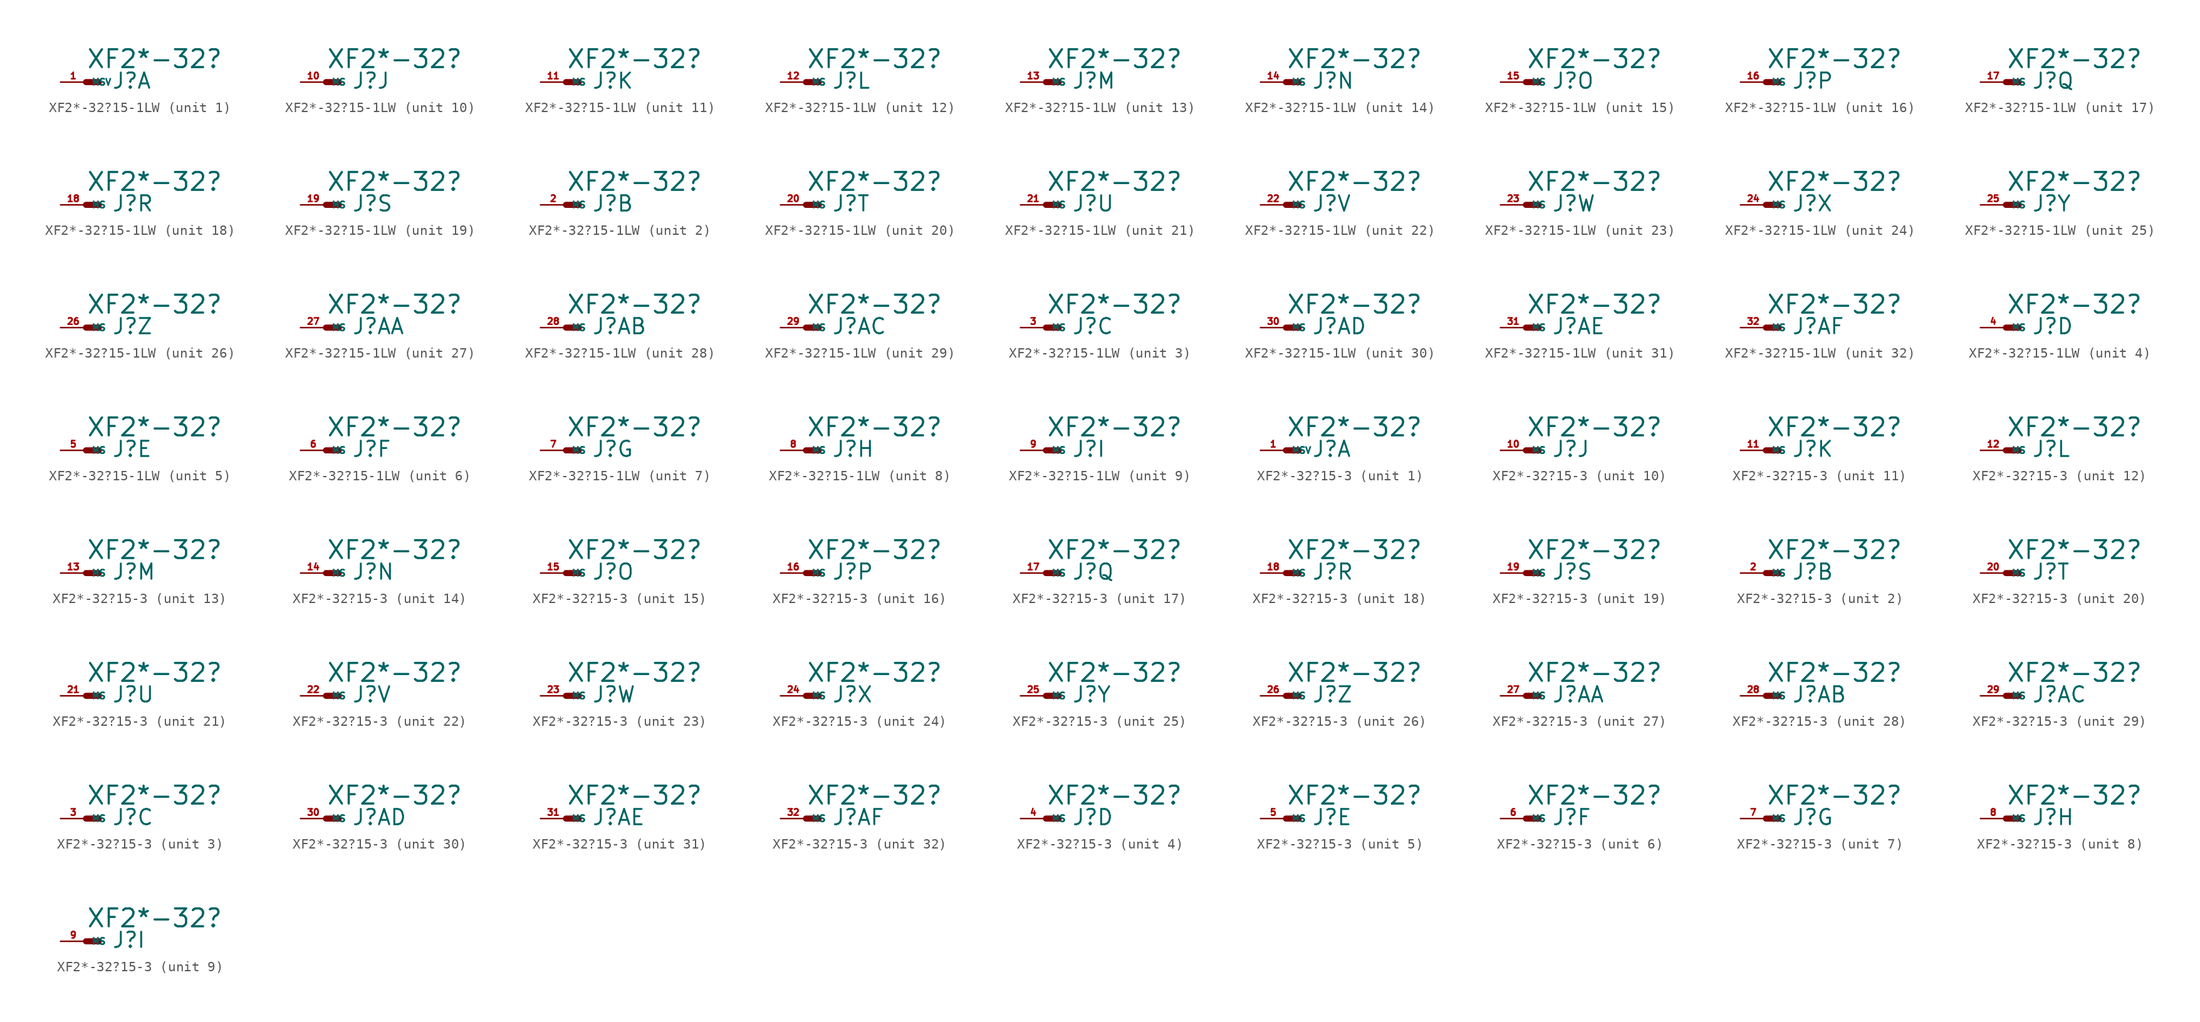
<source format=kicad_sym>
(kicad_symbol_lib
  (version 20220914)
  (generator Eagle2Kicad)
  (symbol "XF2*-32?15-1LW"
    (property "Reference" "J"
      (at 2.54 -0.762 0)
      (effects (font (size 1.524 1.524) (thickness 0.19)) (justify left bottom)))
    (property "Value" "XF2*-32?"
      (at 0 1.27 0)
      (effects (font (size 1.778 1.778) (thickness 0.22)) (justify left bottom)))
    (symbol "XF2*-32?15-1LW_1_0"
      (polyline (pts (xy 0 0) (xy 1.27 0)) (stroke (width 0.61) (type default)) (fill (type none)))
      (pin passive line (at -2.54 0 0) (length 2.54) (name "MSV" (effects (font (size 0.635 0.635) (thickness 0.08)) (justify left bottom))) (number "1" (effects (font (size 0.635 0.635) (thickness 0.08)) (justify left bottom)))))
    (symbol "XF2*-32?15-1LW_2_0"
      (polyline (pts (xy 0 0) (xy 1.27 0)) (stroke (width 0.61) (type default)) (fill (type none)))
      (pin passive line (at -2.54 0 0) (length 2.54) (name "MS" (effects (font (size 0.635 0.635) (thickness 0.08)) (justify left bottom))) (number "2" (effects (font (size 0.635 0.635) (thickness 0.08)) (justify left bottom)))))
    (symbol "XF2*-32?15-1LW_3_0"
      (polyline (pts (xy 0 0) (xy 1.27 0)) (stroke (width 0.61) (type default)) (fill (type none)))
      (pin passive line (at -2.54 0 0) (length 2.54) (name "MS" (effects (font (size 0.635 0.635) (thickness 0.08)) (justify left bottom))) (number "3" (effects (font (size 0.635 0.635) (thickness 0.08)) (justify left bottom)))))
    (symbol "XF2*-32?15-1LW_4_0"
      (polyline (pts (xy 0 0) (xy 1.27 0)) (stroke (width 0.61) (type default)) (fill (type none)))
      (pin passive line (at -2.54 0 0) (length 2.54) (name "MS" (effects (font (size 0.635 0.635) (thickness 0.08)) (justify left bottom))) (number "4" (effects (font (size 0.635 0.635) (thickness 0.08)) (justify left bottom)))))
    (symbol "XF2*-32?15-1LW_5_0"
      (polyline (pts (xy 0 0) (xy 1.27 0)) (stroke (width 0.61) (type default)) (fill (type none)))
      (pin passive line (at -2.54 0 0) (length 2.54) (name "MS" (effects (font (size 0.635 0.635) (thickness 0.08)) (justify left bottom))) (number "5" (effects (font (size 0.635 0.635) (thickness 0.08)) (justify left bottom)))))
    (symbol "XF2*-32?15-1LW_6_0"
      (polyline (pts (xy 0 0) (xy 1.27 0)) (stroke (width 0.61) (type default)) (fill (type none)))
      (pin passive line (at -2.54 0 0) (length 2.54) (name "MS" (effects (font (size 0.635 0.635) (thickness 0.08)) (justify left bottom))) (number "6" (effects (font (size 0.635 0.635) (thickness 0.08)) (justify left bottom)))))
    (symbol "XF2*-32?15-1LW_7_0"
      (polyline (pts (xy 0 0) (xy 1.27 0)) (stroke (width 0.61) (type default)) (fill (type none)))
      (pin passive line (at -2.54 0 0) (length 2.54) (name "MS" (effects (font (size 0.635 0.635) (thickness 0.08)) (justify left bottom))) (number "7" (effects (font (size 0.635 0.635) (thickness 0.08)) (justify left bottom)))))
    (symbol "XF2*-32?15-1LW_8_0"
      (polyline (pts (xy 0 0) (xy 1.27 0)) (stroke (width 0.61) (type default)) (fill (type none)))
      (pin passive line (at -2.54 0 0) (length 2.54) (name "MS" (effects (font (size 0.635 0.635) (thickness 0.08)) (justify left bottom))) (number "8" (effects (font (size 0.635 0.635) (thickness 0.08)) (justify left bottom)))))
    (symbol "XF2*-32?15-1LW_9_0"
      (polyline (pts (xy 0 0) (xy 1.27 0)) (stroke (width 0.61) (type default)) (fill (type none)))
      (pin passive line (at -2.54 0 0) (length 2.54) (name "MS" (effects (font (size 0.635 0.635) (thickness 0.08)) (justify left bottom))) (number "9" (effects (font (size 0.635 0.635) (thickness 0.08)) (justify left bottom)))))
    (symbol "XF2*-32?15-1LW_10_0"
      (polyline (pts (xy 0 0) (xy 1.27 0)) (stroke (width 0.61) (type default)) (fill (type none)))
      (pin passive line (at -2.54 0 0) (length 2.54) (name "MS" (effects (font (size 0.635 0.635) (thickness 0.08)) (justify left bottom))) (number "10" (effects (font (size 0.635 0.635) (thickness 0.08)) (justify left bottom)))))
    (symbol "XF2*-32?15-1LW_11_0"
      (polyline (pts (xy 0 0) (xy 1.27 0)) (stroke (width 0.61) (type default)) (fill (type none)))
      (pin passive line (at -2.54 0 0) (length 2.54) (name "MS" (effects (font (size 0.635 0.635) (thickness 0.08)) (justify left bottom))) (number "11" (effects (font (size 0.635 0.635) (thickness 0.08)) (justify left bottom)))))
    (symbol "XF2*-32?15-1LW_12_0"
      (polyline (pts (xy 0 0) (xy 1.27 0)) (stroke (width 0.61) (type default)) (fill (type none)))
      (pin passive line (at -2.54 0 0) (length 2.54) (name "MS" (effects (font (size 0.635 0.635) (thickness 0.08)) (justify left bottom))) (number "12" (effects (font (size 0.635 0.635) (thickness 0.08)) (justify left bottom)))))
    (symbol "XF2*-32?15-1LW_13_0"
      (polyline (pts (xy 0 0) (xy 1.27 0)) (stroke (width 0.61) (type default)) (fill (type none)))
      (pin passive line (at -2.54 0 0) (length 2.54) (name "MS" (effects (font (size 0.635 0.635) (thickness 0.08)) (justify left bottom))) (number "13" (effects (font (size 0.635 0.635) (thickness 0.08)) (justify left bottom)))))
    (symbol "XF2*-32?15-1LW_14_0"
      (polyline (pts (xy 0 0) (xy 1.27 0)) (stroke (width 0.61) (type default)) (fill (type none)))
      (pin passive line (at -2.54 0 0) (length 2.54) (name "MS" (effects (font (size 0.635 0.635) (thickness 0.08)) (justify left bottom))) (number "14" (effects (font (size 0.635 0.635) (thickness 0.08)) (justify left bottom)))))
    (symbol "XF2*-32?15-1LW_15_0"
      (polyline (pts (xy 0 0) (xy 1.27 0)) (stroke (width 0.61) (type default)) (fill (type none)))
      (pin passive line (at -2.54 0 0) (length 2.54) (name "MS" (effects (font (size 0.635 0.635) (thickness 0.08)) (justify left bottom))) (number "15" (effects (font (size 0.635 0.635) (thickness 0.08)) (justify left bottom)))))
    (symbol "XF2*-32?15-1LW_16_0"
      (polyline (pts (xy 0 0) (xy 1.27 0)) (stroke (width 0.61) (type default)) (fill (type none)))
      (pin passive line (at -2.54 0 0) (length 2.54) (name "MS" (effects (font (size 0.635 0.635) (thickness 0.08)) (justify left bottom))) (number "16" (effects (font (size 0.635 0.635) (thickness 0.08)) (justify left bottom)))))
    (symbol "XF2*-32?15-1LW_17_0"
      (polyline (pts (xy 0 0) (xy 1.27 0)) (stroke (width 0.61) (type default)) (fill (type none)))
      (pin passive line (at -2.54 0 0) (length 2.54) (name "MS" (effects (font (size 0.635 0.635) (thickness 0.08)) (justify left bottom))) (number "17" (effects (font (size 0.635 0.635) (thickness 0.08)) (justify left bottom)))))
    (symbol "XF2*-32?15-1LW_18_0"
      (polyline (pts (xy 0 0) (xy 1.27 0)) (stroke (width 0.61) (type default)) (fill (type none)))
      (pin passive line (at -2.54 0 0) (length 2.54) (name "MS" (effects (font (size 0.635 0.635) (thickness 0.08)) (justify left bottom))) (number "18" (effects (font (size 0.635 0.635) (thickness 0.08)) (justify left bottom)))))
    (symbol "XF2*-32?15-1LW_19_0"
      (polyline (pts (xy 0 0) (xy 1.27 0)) (stroke (width 0.61) (type default)) (fill (type none)))
      (pin passive line (at -2.54 0 0) (length 2.54) (name "MS" (effects (font (size 0.635 0.635) (thickness 0.08)) (justify left bottom))) (number "19" (effects (font (size 0.635 0.635) (thickness 0.08)) (justify left bottom)))))
    (symbol "XF2*-32?15-1LW_20_0"
      (polyline (pts (xy 0 0) (xy 1.27 0)) (stroke (width 0.61) (type default)) (fill (type none)))
      (pin passive line (at -2.54 0 0) (length 2.54) (name "MS" (effects (font (size 0.635 0.635) (thickness 0.08)) (justify left bottom))) (number "20" (effects (font (size 0.635 0.635) (thickness 0.08)) (justify left bottom)))))
    (symbol "XF2*-32?15-1LW_21_0"
      (polyline (pts (xy 0 0) (xy 1.27 0)) (stroke (width 0.61) (type default)) (fill (type none)))
      (pin passive line (at -2.54 0 0) (length 2.54) (name "MS" (effects (font (size 0.635 0.635) (thickness 0.08)) (justify left bottom))) (number "21" (effects (font (size 0.635 0.635) (thickness 0.08)) (justify left bottom)))))
    (symbol "XF2*-32?15-1LW_22_0"
      (polyline (pts (xy 0 0) (xy 1.27 0)) (stroke (width 0.61) (type default)) (fill (type none)))
      (pin passive line (at -2.54 0 0) (length 2.54) (name "MS" (effects (font (size 0.635 0.635) (thickness 0.08)) (justify left bottom))) (number "22" (effects (font (size 0.635 0.635) (thickness 0.08)) (justify left bottom)))))
    (symbol "XF2*-32?15-1LW_23_0"
      (polyline (pts (xy 0 0) (xy 1.27 0)) (stroke (width 0.61) (type default)) (fill (type none)))
      (pin passive line (at -2.54 0 0) (length 2.54) (name "MS" (effects (font (size 0.635 0.635) (thickness 0.08)) (justify left bottom))) (number "23" (effects (font (size 0.635 0.635) (thickness 0.08)) (justify left bottom)))))
    (symbol "XF2*-32?15-1LW_24_0"
      (polyline (pts (xy 0 0) (xy 1.27 0)) (stroke (width 0.61) (type default)) (fill (type none)))
      (pin passive line (at -2.54 0 0) (length 2.54) (name "MS" (effects (font (size 0.635 0.635) (thickness 0.08)) (justify left bottom))) (number "24" (effects (font (size 0.635 0.635) (thickness 0.08)) (justify left bottom)))))
    (symbol "XF2*-32?15-1LW_25_0"
      (polyline (pts (xy 0 0) (xy 1.27 0)) (stroke (width 0.61) (type default)) (fill (type none)))
      (pin passive line (at -2.54 0 0) (length 2.54) (name "MS" (effects (font (size 0.635 0.635) (thickness 0.08)) (justify left bottom))) (number "25" (effects (font (size 0.635 0.635) (thickness 0.08)) (justify left bottom)))))
    (symbol "XF2*-32?15-1LW_26_0"
      (polyline (pts (xy 0 0) (xy 1.27 0)) (stroke (width 0.61) (type default)) (fill (type none)))
      (pin passive line (at -2.54 0 0) (length 2.54) (name "MS" (effects (font (size 0.635 0.635) (thickness 0.08)) (justify left bottom))) (number "26" (effects (font (size 0.635 0.635) (thickness 0.08)) (justify left bottom)))))
    (symbol "XF2*-32?15-1LW_27_0"
      (polyline (pts (xy 0 0) (xy 1.27 0)) (stroke (width 0.61) (type default)) (fill (type none)))
      (pin passive line (at -2.54 0 0) (length 2.54) (name "MS" (effects (font (size 0.635 0.635) (thickness 0.08)) (justify left bottom))) (number "27" (effects (font (size 0.635 0.635) (thickness 0.08)) (justify left bottom)))))
    (symbol "XF2*-32?15-1LW_28_0"
      (polyline (pts (xy 0 0) (xy 1.27 0)) (stroke (width 0.61) (type default)) (fill (type none)))
      (pin passive line (at -2.54 0 0) (length 2.54) (name "MS" (effects (font (size 0.635 0.635) (thickness 0.08)) (justify left bottom))) (number "28" (effects (font (size 0.635 0.635) (thickness 0.08)) (justify left bottom)))))
    (symbol "XF2*-32?15-1LW_29_0"
      (polyline (pts (xy 0 0) (xy 1.27 0)) (stroke (width 0.61) (type default)) (fill (type none)))
      (pin passive line (at -2.54 0 0) (length 2.54) (name "MS" (effects (font (size 0.635 0.635) (thickness 0.08)) (justify left bottom))) (number "29" (effects (font (size 0.635 0.635) (thickness 0.08)) (justify left bottom)))))
    (symbol "XF2*-32?15-1LW_30_0"
      (polyline (pts (xy 0 0) (xy 1.27 0)) (stroke (width 0.61) (type default)) (fill (type none)))
      (pin passive line (at -2.54 0 0) (length 2.54) (name "MS" (effects (font (size 0.635 0.635) (thickness 0.08)) (justify left bottom))) (number "30" (effects (font (size 0.635 0.635) (thickness 0.08)) (justify left bottom)))))
    (symbol "XF2*-32?15-1LW_31_0"
      (polyline (pts (xy 0 0) (xy 1.27 0)) (stroke (width 0.61) (type default)) (fill (type none)))
      (pin passive line (at -2.54 0 0) (length 2.54) (name "MS" (effects (font (size 0.635 0.635) (thickness 0.08)) (justify left bottom))) (number "31" (effects (font (size 0.635 0.635) (thickness 0.08)) (justify left bottom)))))
    (symbol "XF2*-32?15-1LW_32_0"
      (polyline (pts (xy 0 0) (xy 1.27 0)) (stroke (width 0.61) (type default)) (fill (type none)))
      (pin passive line (at -2.54 0 0) (length 2.54) (name "MS" (effects (font (size 0.635 0.635) (thickness 0.08)) (justify left bottom))) (number "32" (effects (font (size 0.635 0.635) (thickness 0.08)) (justify left bottom))))))
  (symbol "XF2*-32?15-3"
    (property "Reference" "J"
      (at 2.54 -0.762 0)
      (effects (font (size 1.524 1.524) (thickness 0.19)) (justify left bottom)))
    (property "Value" "XF2*-32?"
      (at 0 1.27 0)
      (effects (font (size 1.778 1.778) (thickness 0.22)) (justify left bottom)))
    (symbol "XF2*-32?15-3_1_0"
      (polyline (pts (xy 0 0) (xy 1.27 0)) (stroke (width 0.61) (type default)) (fill (type none)))
      (pin passive line (at -2.54 0 0) (length 2.54) (name "MSV" (effects (font (size 0.635 0.635) (thickness 0.08)) (justify left bottom))) (number "1" (effects (font (size 0.635 0.635) (thickness 0.08)) (justify left bottom)))))
    (symbol "XF2*-32?15-3_2_0"
      (polyline (pts (xy 0 0) (xy 1.27 0)) (stroke (width 0.61) (type default)) (fill (type none)))
      (pin passive line (at -2.54 0 0) (length 2.54) (name "MS" (effects (font (size 0.635 0.635) (thickness 0.08)) (justify left bottom))) (number "2" (effects (font (size 0.635 0.635) (thickness 0.08)) (justify left bottom)))))
    (symbol "XF2*-32?15-3_3_0"
      (polyline (pts (xy 0 0) (xy 1.27 0)) (stroke (width 0.61) (type default)) (fill (type none)))
      (pin passive line (at -2.54 0 0) (length 2.54) (name "MS" (effects (font (size 0.635 0.635) (thickness 0.08)) (justify left bottom))) (number "3" (effects (font (size 0.635 0.635) (thickness 0.08)) (justify left bottom)))))
    (symbol "XF2*-32?15-3_4_0"
      (polyline (pts (xy 0 0) (xy 1.27 0)) (stroke (width 0.61) (type default)) (fill (type none)))
      (pin passive line (at -2.54 0 0) (length 2.54) (name "MS" (effects (font (size 0.635 0.635) (thickness 0.08)) (justify left bottom))) (number "4" (effects (font (size 0.635 0.635) (thickness 0.08)) (justify left bottom)))))
    (symbol "XF2*-32?15-3_5_0"
      (polyline (pts (xy 0 0) (xy 1.27 0)) (stroke (width 0.61) (type default)) (fill (type none)))
      (pin passive line (at -2.54 0 0) (length 2.54) (name "MS" (effects (font (size 0.635 0.635) (thickness 0.08)) (justify left bottom))) (number "5" (effects (font (size 0.635 0.635) (thickness 0.08)) (justify left bottom)))))
    (symbol "XF2*-32?15-3_6_0"
      (polyline (pts (xy 0 0) (xy 1.27 0)) (stroke (width 0.61) (type default)) (fill (type none)))
      (pin passive line (at -2.54 0 0) (length 2.54) (name "MS" (effects (font (size 0.635 0.635) (thickness 0.08)) (justify left bottom))) (number "6" (effects (font (size 0.635 0.635) (thickness 0.08)) (justify left bottom)))))
    (symbol "XF2*-32?15-3_7_0"
      (polyline (pts (xy 0 0) (xy 1.27 0)) (stroke (width 0.61) (type default)) (fill (type none)))
      (pin passive line (at -2.54 0 0) (length 2.54) (name "MS" (effects (font (size 0.635 0.635) (thickness 0.08)) (justify left bottom))) (number "7" (effects (font (size 0.635 0.635) (thickness 0.08)) (justify left bottom)))))
    (symbol "XF2*-32?15-3_8_0"
      (polyline (pts (xy 0 0) (xy 1.27 0)) (stroke (width 0.61) (type default)) (fill (type none)))
      (pin passive line (at -2.54 0 0) (length 2.54) (name "MS" (effects (font (size 0.635 0.635) (thickness 0.08)) (justify left bottom))) (number "8" (effects (font (size 0.635 0.635) (thickness 0.08)) (justify left bottom)))))
    (symbol "XF2*-32?15-3_9_0"
      (polyline (pts (xy 0 0) (xy 1.27 0)) (stroke (width 0.61) (type default)) (fill (type none)))
      (pin passive line (at -2.54 0 0) (length 2.54) (name "MS" (effects (font (size 0.635 0.635) (thickness 0.08)) (justify left bottom))) (number "9" (effects (font (size 0.635 0.635) (thickness 0.08)) (justify left bottom)))))
    (symbol "XF2*-32?15-3_10_0"
      (polyline (pts (xy 0 0) (xy 1.27 0)) (stroke (width 0.61) (type default)) (fill (type none)))
      (pin passive line (at -2.54 0 0) (length 2.54) (name "MS" (effects (font (size 0.635 0.635) (thickness 0.08)) (justify left bottom))) (number "10" (effects (font (size 0.635 0.635) (thickness 0.08)) (justify left bottom)))))
    (symbol "XF2*-32?15-3_11_0"
      (polyline (pts (xy 0 0) (xy 1.27 0)) (stroke (width 0.61) (type default)) (fill (type none)))
      (pin passive line (at -2.54 0 0) (length 2.54) (name "MS" (effects (font (size 0.635 0.635) (thickness 0.08)) (justify left bottom))) (number "11" (effects (font (size 0.635 0.635) (thickness 0.08)) (justify left bottom)))))
    (symbol "XF2*-32?15-3_12_0"
      (polyline (pts (xy 0 0) (xy 1.27 0)) (stroke (width 0.61) (type default)) (fill (type none)))
      (pin passive line (at -2.54 0 0) (length 2.54) (name "MS" (effects (font (size 0.635 0.635) (thickness 0.08)) (justify left bottom))) (number "12" (effects (font (size 0.635 0.635) (thickness 0.08)) (justify left bottom)))))
    (symbol "XF2*-32?15-3_13_0"
      (polyline (pts (xy 0 0) (xy 1.27 0)) (stroke (width 0.61) (type default)) (fill (type none)))
      (pin passive line (at -2.54 0 0) (length 2.54) (name "MS" (effects (font (size 0.635 0.635) (thickness 0.08)) (justify left bottom))) (number "13" (effects (font (size 0.635 0.635) (thickness 0.08)) (justify left bottom)))))
    (symbol "XF2*-32?15-3_14_0"
      (polyline (pts (xy 0 0) (xy 1.27 0)) (stroke (width 0.61) (type default)) (fill (type none)))
      (pin passive line (at -2.54 0 0) (length 2.54) (name "MS" (effects (font (size 0.635 0.635) (thickness 0.08)) (justify left bottom))) (number "14" (effects (font (size 0.635 0.635) (thickness 0.08)) (justify left bottom)))))
    (symbol "XF2*-32?15-3_15_0"
      (polyline (pts (xy 0 0) (xy 1.27 0)) (stroke (width 0.61) (type default)) (fill (type none)))
      (pin passive line (at -2.54 0 0) (length 2.54) (name "MS" (effects (font (size 0.635 0.635) (thickness 0.08)) (justify left bottom))) (number "15" (effects (font (size 0.635 0.635) (thickness 0.08)) (justify left bottom)))))
    (symbol "XF2*-32?15-3_16_0"
      (polyline (pts (xy 0 0) (xy 1.27 0)) (stroke (width 0.61) (type default)) (fill (type none)))
      (pin passive line (at -2.54 0 0) (length 2.54) (name "MS" (effects (font (size 0.635 0.635) (thickness 0.08)) (justify left bottom))) (number "16" (effects (font (size 0.635 0.635) (thickness 0.08)) (justify left bottom)))))
    (symbol "XF2*-32?15-3_17_0"
      (polyline (pts (xy 0 0) (xy 1.27 0)) (stroke (width 0.61) (type default)) (fill (type none)))
      (pin passive line (at -2.54 0 0) (length 2.54) (name "MS" (effects (font (size 0.635 0.635) (thickness 0.08)) (justify left bottom))) (number "17" (effects (font (size 0.635 0.635) (thickness 0.08)) (justify left bottom)))))
    (symbol "XF2*-32?15-3_18_0"
      (polyline (pts (xy 0 0) (xy 1.27 0)) (stroke (width 0.61) (type default)) (fill (type none)))
      (pin passive line (at -2.54 0 0) (length 2.54) (name "MS" (effects (font (size 0.635 0.635) (thickness 0.08)) (justify left bottom))) (number "18" (effects (font (size 0.635 0.635) (thickness 0.08)) (justify left bottom)))))
    (symbol "XF2*-32?15-3_19_0"
      (polyline (pts (xy 0 0) (xy 1.27 0)) (stroke (width 0.61) (type default)) (fill (type none)))
      (pin passive line (at -2.54 0 0) (length 2.54) (name "MS" (effects (font (size 0.635 0.635) (thickness 0.08)) (justify left bottom))) (number "19" (effects (font (size 0.635 0.635) (thickness 0.08)) (justify left bottom)))))
    (symbol "XF2*-32?15-3_20_0"
      (polyline (pts (xy 0 0) (xy 1.27 0)) (stroke (width 0.61) (type default)) (fill (type none)))
      (pin passive line (at -2.54 0 0) (length 2.54) (name "MS" (effects (font (size 0.635 0.635) (thickness 0.08)) (justify left bottom))) (number "20" (effects (font (size 0.635 0.635) (thickness 0.08)) (justify left bottom)))))
    (symbol "XF2*-32?15-3_21_0"
      (polyline (pts (xy 0 0) (xy 1.27 0)) (stroke (width 0.61) (type default)) (fill (type none)))
      (pin passive line (at -2.54 0 0) (length 2.54) (name "MS" (effects (font (size 0.635 0.635) (thickness 0.08)) (justify left bottom))) (number "21" (effects (font (size 0.635 0.635) (thickness 0.08)) (justify left bottom)))))
    (symbol "XF2*-32?15-3_22_0"
      (polyline (pts (xy 0 0) (xy 1.27 0)) (stroke (width 0.61) (type default)) (fill (type none)))
      (pin passive line (at -2.54 0 0) (length 2.54) (name "MS" (effects (font (size 0.635 0.635) (thickness 0.08)) (justify left bottom))) (number "22" (effects (font (size 0.635 0.635) (thickness 0.08)) (justify left bottom)))))
    (symbol "XF2*-32?15-3_23_0"
      (polyline (pts (xy 0 0) (xy 1.27 0)) (stroke (width 0.61) (type default)) (fill (type none)))
      (pin passive line (at -2.54 0 0) (length 2.54) (name "MS" (effects (font (size 0.635 0.635) (thickness 0.08)) (justify left bottom))) (number "23" (effects (font (size 0.635 0.635) (thickness 0.08)) (justify left bottom)))))
    (symbol "XF2*-32?15-3_24_0"
      (polyline (pts (xy 0 0) (xy 1.27 0)) (stroke (width 0.61) (type default)) (fill (type none)))
      (pin passive line (at -2.54 0 0) (length 2.54) (name "MS" (effects (font (size 0.635 0.635) (thickness 0.08)) (justify left bottom))) (number "24" (effects (font (size 0.635 0.635) (thickness 0.08)) (justify left bottom)))))
    (symbol "XF2*-32?15-3_25_0"
      (polyline (pts (xy 0 0) (xy 1.27 0)) (stroke (width 0.61) (type default)) (fill (type none)))
      (pin passive line (at -2.54 0 0) (length 2.54) (name "MS" (effects (font (size 0.635 0.635) (thickness 0.08)) (justify left bottom))) (number "25" (effects (font (size 0.635 0.635) (thickness 0.08)) (justify left bottom)))))
    (symbol "XF2*-32?15-3_26_0"
      (polyline (pts (xy 0 0) (xy 1.27 0)) (stroke (width 0.61) (type default)) (fill (type none)))
      (pin passive line (at -2.54 0 0) (length 2.54) (name "MS" (effects (font (size 0.635 0.635) (thickness 0.08)) (justify left bottom))) (number "26" (effects (font (size 0.635 0.635) (thickness 0.08)) (justify left bottom)))))
    (symbol "XF2*-32?15-3_27_0"
      (polyline (pts (xy 0 0) (xy 1.27 0)) (stroke (width 0.61) (type default)) (fill (type none)))
      (pin passive line (at -2.54 0 0) (length 2.54) (name "MS" (effects (font (size 0.635 0.635) (thickness 0.08)) (justify left bottom))) (number "27" (effects (font (size 0.635 0.635) (thickness 0.08)) (justify left bottom)))))
    (symbol "XF2*-32?15-3_28_0"
      (polyline (pts (xy 0 0) (xy 1.27 0)) (stroke (width 0.61) (type default)) (fill (type none)))
      (pin passive line (at -2.54 0 0) (length 2.54) (name "MS" (effects (font (size 0.635 0.635) (thickness 0.08)) (justify left bottom))) (number "28" (effects (font (size 0.635 0.635) (thickness 0.08)) (justify left bottom)))))
    (symbol "XF2*-32?15-3_29_0"
      (polyline (pts (xy 0 0) (xy 1.27 0)) (stroke (width 0.61) (type default)) (fill (type none)))
      (pin passive line (at -2.54 0 0) (length 2.54) (name "MS" (effects (font (size 0.635 0.635) (thickness 0.08)) (justify left bottom))) (number "29" (effects (font (size 0.635 0.635) (thickness 0.08)) (justify left bottom)))))
    (symbol "XF2*-32?15-3_30_0"
      (polyline (pts (xy 0 0) (xy 1.27 0)) (stroke (width 0.61) (type default)) (fill (type none)))
      (pin passive line (at -2.54 0 0) (length 2.54) (name "MS" (effects (font (size 0.635 0.635) (thickness 0.08)) (justify left bottom))) (number "30" (effects (font (size 0.635 0.635) (thickness 0.08)) (justify left bottom)))))
    (symbol "XF2*-32?15-3_31_0"
      (polyline (pts (xy 0 0) (xy 1.27 0)) (stroke (width 0.61) (type default)) (fill (type none)))
      (pin passive line (at -2.54 0 0) (length 2.54) (name "MS" (effects (font (size 0.635 0.635) (thickness 0.08)) (justify left bottom))) (number "31" (effects (font (size 0.635 0.635) (thickness 0.08)) (justify left bottom)))))
    (symbol "XF2*-32?15-3_32_0"
      (polyline (pts (xy 0 0) (xy 1.27 0)) (stroke (width 0.61) (type default)) (fill (type none)))
      (pin passive line (at -2.54 0 0) (length 2.54) (name "MS" (effects (font (size 0.635 0.635) (thickness 0.08)) (justify left bottom))) (number "32" (effects (font (size 0.635 0.635) (thickness 0.08)) (justify left bottom)))))))
</source>
